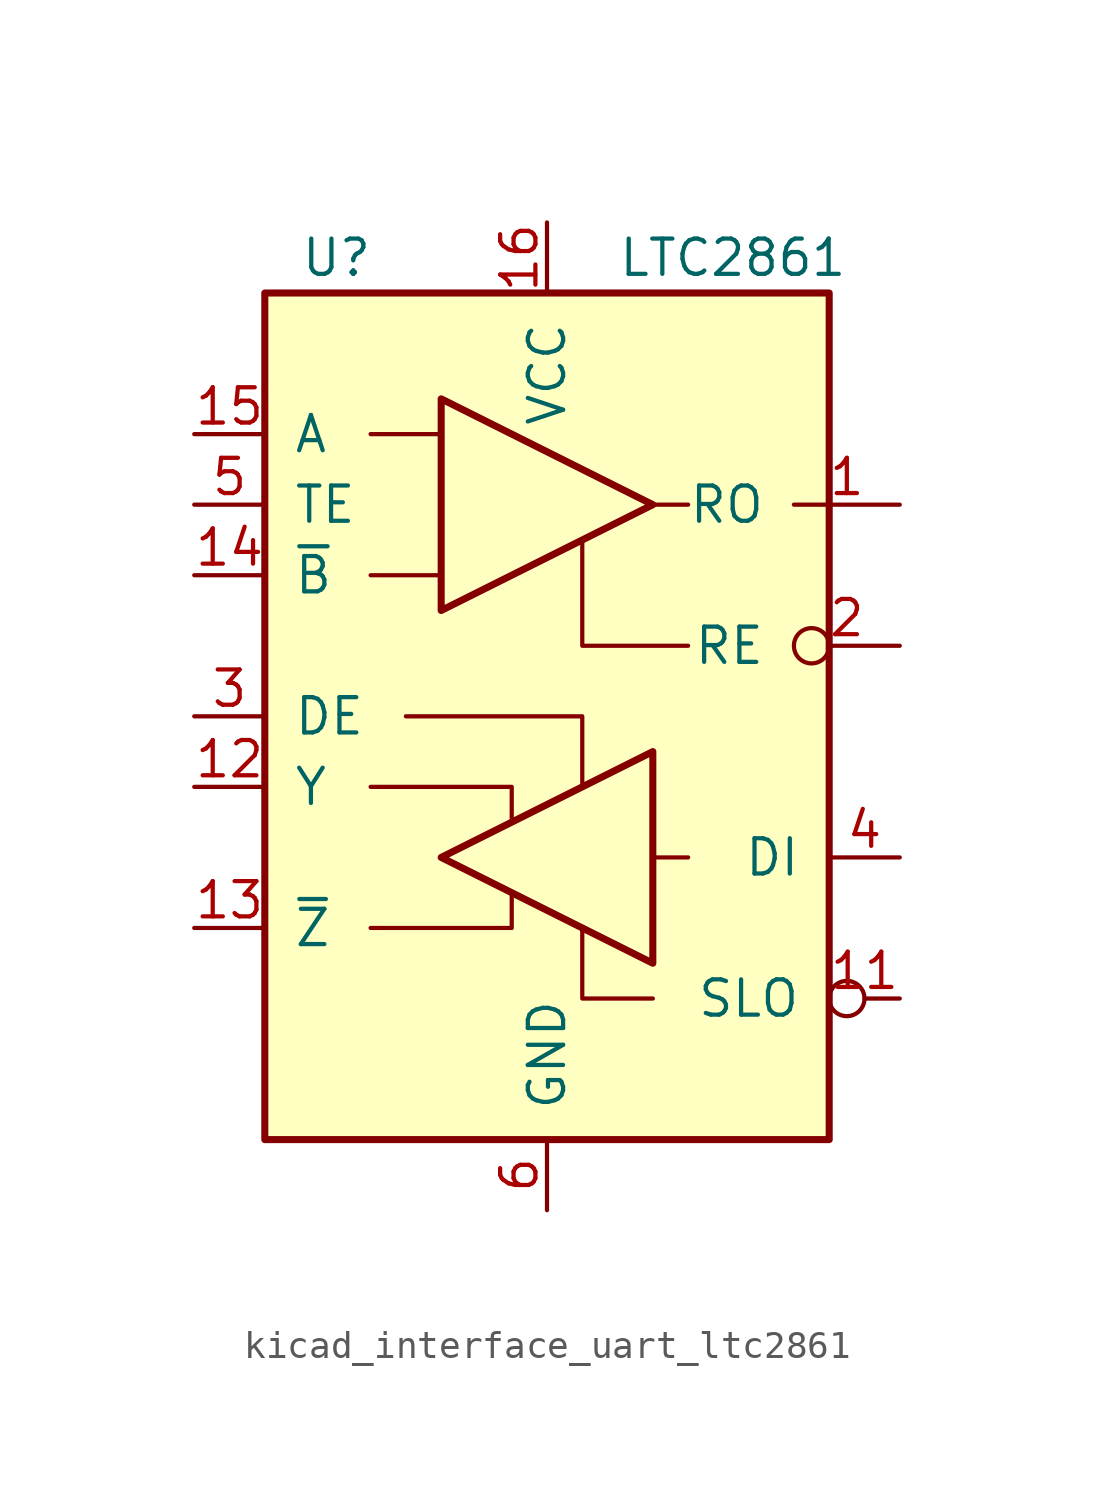
<source format=kicad_sym>
(kicad_symbol_lib
  (version 20220914)
  (generator kicad_symbol_editor)
  (symbol "kicad_interface_uart_ltc2861"
    (pin_names
      (offset 1.016))
    (property "Reference" "U"
      (at -8.89 16.51 0)
      (effects (font (size 1.27 1.27)) (justify left)))
    (property "Value" "LTC2861"
      (at 2.54 16.51 0)
      (effects (font (size 1.27 1.27)) (justify left)))
    (symbol "kicad_interface_uart_ltc2861_0_1"
      (rectangle (start -10.16 15.24) (end 10.16 -15.24) (stroke (width 0.254) (type default)) (fill (type background)))
      (polyline (pts (xy 3.81 7.62) (xy 5.08 7.62)) (stroke (width 0) (type default)) (fill (type none)))
      (polyline (pts (xy 5.08 -5.08) (xy 3.81 -5.08)) (stroke (width 0) (type default)) (fill (type none)))
      (polyline (pts (xy -6.35 5.08) (xy -3.81 5.08) (xy -3.81 5.08)) (stroke (width 0) (type default)) (fill (type none)))
      (polyline (pts (xy -6.35 10.16) (xy -3.81 10.16) (xy -3.81 10.16)) (stroke (width 0) (type default)) (fill (type none)))
      (polyline (pts (xy -6.35 -7.62) (xy -1.27 -7.62) (xy -1.27 -6.35) (xy -1.27 -6.35)) (stroke (width 0) (type default)) (fill (type none)))
      (polyline (pts (xy -6.35 -2.54) (xy -1.27 -2.54) (xy -1.27 -3.81) (xy -1.27 -3.81)) (stroke (width 0) (type default)) (fill (type none)))
      (polyline (pts (xy -5.08 0) (xy 1.27 0) (xy 1.27 -2.54) (xy 1.27 -2.54)) (stroke (width 0) (type default)) (fill (type none)))
      (polyline (pts (xy 1.27 6.35) (xy 1.27 2.54) (xy 2.54 2.54) (xy 5.08 2.54)) (stroke (width 0) (type default)) (fill (type none)))
      (polyline (pts (xy 3.81 -10.16) (xy 1.27 -10.16) (xy 1.27 -7.62) (xy 1.27 -7.62)) (stroke (width 0) (type default)) (fill (type none)))
      (polyline (pts (xy -3.81 11.43) (xy -3.81 3.81) (xy 3.81 7.62) (xy -3.81 11.43) (xy -3.81 11.43)) (stroke (width 0.254) (type default)) (fill (type none)))
      (polyline (pts (xy 3.81 -1.27) (xy 3.81 -8.89) (xy -3.81 -5.08) (xy 3.81 -1.27) (xy 3.81 -1.27)) (stroke (width 0.254) (type default)) (fill (type none))))
    (symbol "kicad_interface_uart_ltc2861_1_1"
      (pin output line (at 12.7 7.62 180) (length 3.81) (name "RO" (effects (font (size 1.27 1.27)))) (number "1" (effects (font (size 1.27 1.27)))))
      (pin input inverted (at 12.7 -10.16 180) (length 2.54) (name "SLO" (effects (font (size 1.27 1.27)))) (number "11" (effects (font (size 1.27 1.27)))))
      (pin output line (at -12.7 -2.54 0) (length 2.54) (name "Y" (effects (font (size 1.27 1.27)))) (number "12" (effects (font (size 1.27 1.27)))))
      (pin output line (at -12.7 -7.62 0) (length 2.54) (name "~{Z}" (effects (font (size 1.27 1.27)))) (number "13" (effects (font (size 1.27 1.27)))))
      (pin input line (at -12.7 5.08 0) (length 2.54) (name "~{B}" (effects (font (size 1.27 1.27)))) (number "14" (effects (font (size 1.27 1.27)))))
      (pin input line (at -12.7 10.16 0) (length 2.54) (name "A" (effects (font (size 1.27 1.27)))) (number "15" (effects (font (size 1.27 1.27)))))
      (pin power_in line (at 0 17.78 270) (length 2.54) (name "VCC" (effects (font (size 1.27 1.27)))) (number "16" (effects (font (size 1.27 1.27)))))
      (pin input inverted (at 12.7 2.54 180) (length 3.81) (name "RE" (effects (font (size 1.27 1.27)))) (number "2" (effects (font (size 1.27 1.27)))))
      (pin input line (at -12.7 0 0) (length 2.54) (name "DE" (effects (font (size 1.27 1.27)))) (number "3" (effects (font (size 1.27 1.27)))))
      (pin input line (at 12.7 -5.08 180) (length 2.54) (name "DI" (effects (font (size 1.27 1.27)))) (number "4" (effects (font (size 1.27 1.27)))))
      (pin input line (at -12.7 7.62 0) (length 2.54) (name "TE" (effects (font (size 1.27 1.27)))) (number "5" (effects (font (size 1.27 1.27)))))
      (pin power_in line (at 0 -17.78 90) (length 2.54) (name "GND" (effects (font (size 1.27 1.27)))) (number "6" (effects (font (size 1.27 1.27))))))))
</source>
